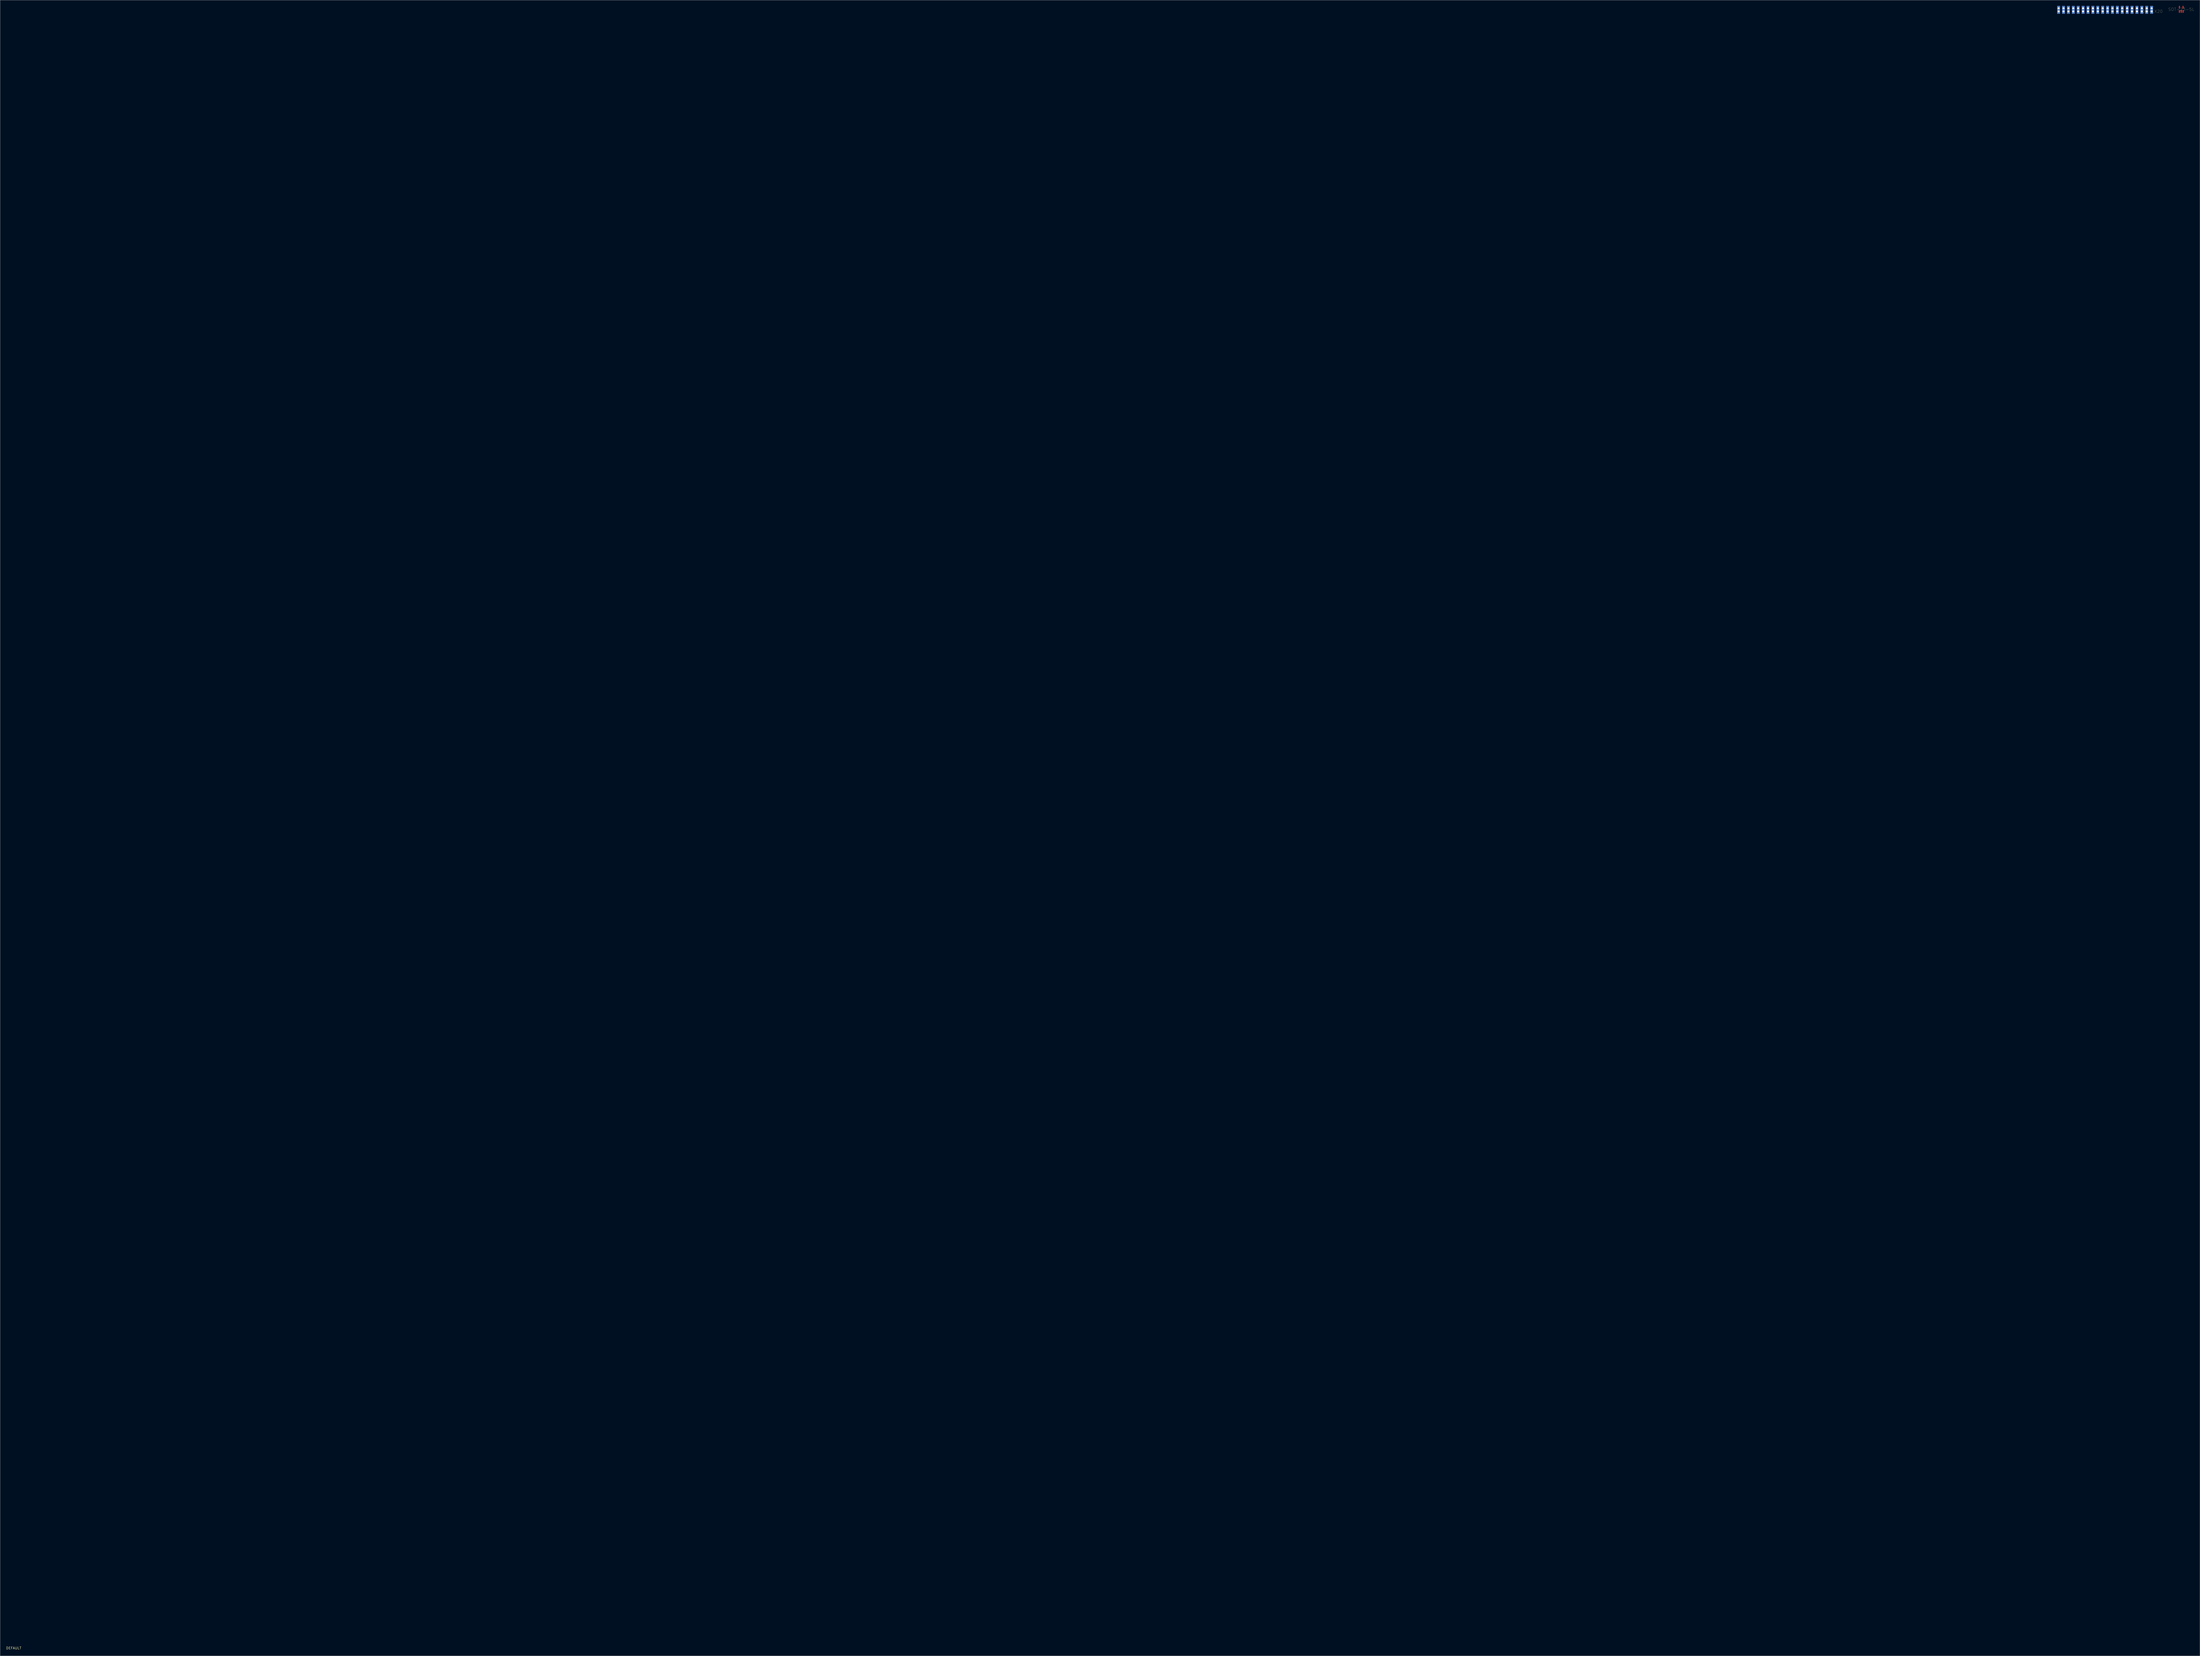
<source format=kicad_pcb>
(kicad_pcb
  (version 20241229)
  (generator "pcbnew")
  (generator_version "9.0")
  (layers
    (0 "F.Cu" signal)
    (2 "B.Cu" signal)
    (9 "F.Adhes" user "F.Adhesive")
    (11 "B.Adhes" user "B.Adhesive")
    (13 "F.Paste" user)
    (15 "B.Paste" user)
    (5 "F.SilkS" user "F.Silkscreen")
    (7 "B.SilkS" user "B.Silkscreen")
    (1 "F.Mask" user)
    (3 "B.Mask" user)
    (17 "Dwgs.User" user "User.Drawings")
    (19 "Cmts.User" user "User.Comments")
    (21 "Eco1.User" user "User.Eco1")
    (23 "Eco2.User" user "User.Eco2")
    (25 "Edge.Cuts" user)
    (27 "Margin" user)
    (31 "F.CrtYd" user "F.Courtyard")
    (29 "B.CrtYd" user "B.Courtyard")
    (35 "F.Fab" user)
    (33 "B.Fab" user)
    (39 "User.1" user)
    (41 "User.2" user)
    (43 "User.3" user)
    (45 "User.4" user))
  (footprint "DEFAULT"
    (layer "F.Cu")
    (at 4.059 852.543)
    (property "Reference" "DEFAULT" (at 0 0 0) (layer "F.SilkS") (effects (font (size 1.27 1.27) (thickness 0.15))))
    (attr smd)
    (pad "" np_thru_hole circle (at 1033.979 -832.842 90) (size 0.001 0.001) (drill 2.1) (layers "*.Cu"))
    (pad "" np_thru_hole circle (at 1033.979 -821.442 90) (size 0.001 0.001) (drill 2.1) (layers "*.Cu"))
    (pad "" smd rect (at 1054.179 -833.042) (size 0.001 0.001) (layers "B.CrtYd"))
    (pad "" smd rect (at 1057.379 -852.542) (size 0.001 0.001) (layers "B.CrtYd")))
  (footprint "IDC-1X20"
    (layer "F.Cu")
    (at 1113.449 2.86)
    (property "Reference" "IDC-1X20" (at 0 0 0) (layer "F.SilkS") (effects (font (size 1.524 1.524) (thickness 0.05))))
    (attr smd)
    (pad "1" thru_hole rect (at 0 -1.61 180) (size 1.5 2.5) (drill 1) (layers "*.Cu"))
    (pad "1" thru_hole rect (at 0 0 180) (size 1.5 2.5) (drill 1) (layers "*.Cu"))
    (pad "2" thru_hole rect (at -2.54 -1.61 180) (size 1.5 2.5) (drill 1) (layers "*.Cu"))
    (pad "2" thru_hole rect (at -2.54 0 180) (size 1.5 2.5) (drill 1) (layers "*.Cu"))
    (pad "3" thru_hole rect (at -5.08 -1.61 180) (size 1.5 2.5) (drill 1) (layers "*.Cu"))
    (pad "3" thru_hole rect (at -5.08 0 180) (size 1.5 2.5) (drill 1) (layers "*.Cu"))
    (pad "4" thru_hole rect (at -7.62 -1.61 180) (size 1.5 2.5) (drill 1) (layers "*.Cu"))
    (pad "4" thru_hole rect (at -7.62 0 180) (size 1.5 2.5) (drill 1) (layers "*.Cu"))
    (pad "5" thru_hole rect (at -10.16 -1.61 180) (size 1.5 2.5) (drill 1) (layers "*.Cu"))
    (pad "5" thru_hole rect (at -10.16 0 180) (size 1.5 2.5) (drill 1) (layers "*.Cu"))
    (pad "6" thru_hole rect (at -12.7 -1.61 180) (size 1.5 2.5) (drill 1) (layers "*.Cu"))
    (pad "6" thru_hole rect (at -12.7 0 180) (size 1.5 2.5) (drill 1) (layers "*.Cu"))
    (pad "7" thru_hole rect (at -15.24 -1.61 180) (size 1.5 2.5) (drill 1) (layers "*.Cu"))
    (pad "7" thru_hole rect (at -15.24 0 180) (size 1.5 2.5) (drill 1) (layers "*.Cu"))
    (pad "8" thru_hole rect (at -17.78 -1.61 180) (size 1.5 2.5) (drill 1) (layers "*.Cu"))
    (pad "8" thru_hole rect (at -17.78 0 180) (size 1.5 2.5) (drill 1) (layers "*.Cu"))
    (pad "9" thru_hole rect (at -20.32 -1.61 180) (size 1.5 2.5) (drill 1) (layers "*.Cu"))
    (pad "9" thru_hole rect (at -20.32 0 180) (size 1.5 2.5) (drill 1) (layers "*.Cu"))
    (pad "10" thru_hole rect (at -22.86 -1.61 180) (size 1.5 2.5) (drill 1) (layers "*.Cu"))
    (pad "10" thru_hole rect (at -22.86 0 180) (size 1.5 2.5) (drill 1) (layers "*.Cu"))
    (pad "11" thru_hole rect (at -25.4 -1.61 180) (size 1.5 2.5) (drill 1) (layers "*.Cu"))
    (pad "11" thru_hole rect (at -25.4 0 180) (size 1.5 2.5) (drill 1) (layers "*.Cu"))
    (pad "12" thru_hole rect (at -27.94 -1.61 180) (size 1.5 2.5) (drill 1) (layers "*.Cu"))
    (pad "12" thru_hole rect (at -27.94 0 180) (size 1.5 2.5) (drill 1) (layers "*.Cu"))
    (pad "13" thru_hole rect (at -30.48 -1.61 180) (size 1.5 2.5) (drill 1) (layers "*.Cu"))
    (pad "13" thru_hole rect (at -30.48 0 180) (size 1.5 2.5) (drill 1) (layers "*.Cu"))
    (pad "14" thru_hole rect (at -33.02 -1.61 180) (size 1.5 2.5) (drill 1) (layers "*.Cu"))
    (pad "14" thru_hole rect (at -33.02 0 180) (size 1.5 2.5) (drill 1) (layers "*.Cu"))
    (pad "15" thru_hole rect (at -35.56 -1.61 180) (size 1.5 2.5) (drill 1) (layers "*.Cu"))
    (pad "15" thru_hole rect (at -35.56 0 180) (size 1.5 2.5) (drill 1) (layers "*.Cu"))
    (pad "16" thru_hole rect (at -38.1 -1.61 180) (size 1.5 2.5) (drill 1) (layers "*.Cu"))
    (pad "16" thru_hole rect (at -38.1 0 180) (size 1.5 2.5) (drill 1) (layers "*.Cu"))
    (pad "17" thru_hole rect (at -40.64 -1.61 180) (size 1.5 2.5) (drill 1) (layers "*.Cu"))
    (pad "17" thru_hole rect (at -40.64 0 180) (size 1.5 2.5) (drill 1) (layers "*.Cu"))
    (pad "18" thru_hole rect (at -43.18 -1.61 180) (size 1.5 2.5) (drill 1) (layers "*.Cu"))
    (pad "18" thru_hole rect (at -43.18 0 180) (size 1.5 2.5) (drill 1) (layers "*.Cu"))
    (pad "19" thru_hole rect (at -45.72 -1.61 180) (size 1.5 2.5) (drill 1) (layers "*.Cu"))
    (pad "19" thru_hole rect (at -45.72 0 180) (size 1.5 2.5) (drill 1) (layers "*.Cu"))
    (pad "20" thru_hole rect (at -48.26 -1.61 180) (size 1.5 2.5) (drill 1) (layers "*.Cu"))
    (pad "20" thru_hole rect (at -48.26 0 180) (size 1.5 2.5) (drill 1) (layers "*.Cu")))
  (footprint "SOT-23-5L"
    (layer "F.Cu")
    (at 1128.812 1.8)
    (property "Reference" "SOT-23-5L" (at 0 0 0) (layer "F.SilkS") (effects (font (size 1.524 1.524) (thickness 0.05))))
    (attr smd)
    (pad "1" smd rect (at -0.95 1.075) (size 0.55 1.45) (layers "F.Cu"))
    (pad "2" smd rect (at 0 1.075) (size 0.55 1.45) (layers "F.Cu"))
    (pad "3" smd rect (at 0.95 1.075) (size 0.55 1.45) (layers "F.Cu"))
    (pad "4" smd rect (at 0.95 -1.075) (size 0.55 1.45) (layers "F.Cu"))
    (pad "5" smd rect (at -0.95 -1.075) (size 0.55 1.45) (layers "F.Cu")))
  (gr_rect
    (start -3 -3)
    (end 1138.52 856.549)
    (stroke (width 0.1) (type default))
    (fill no)
    (layer "Edge.Cuts")))
</source>
